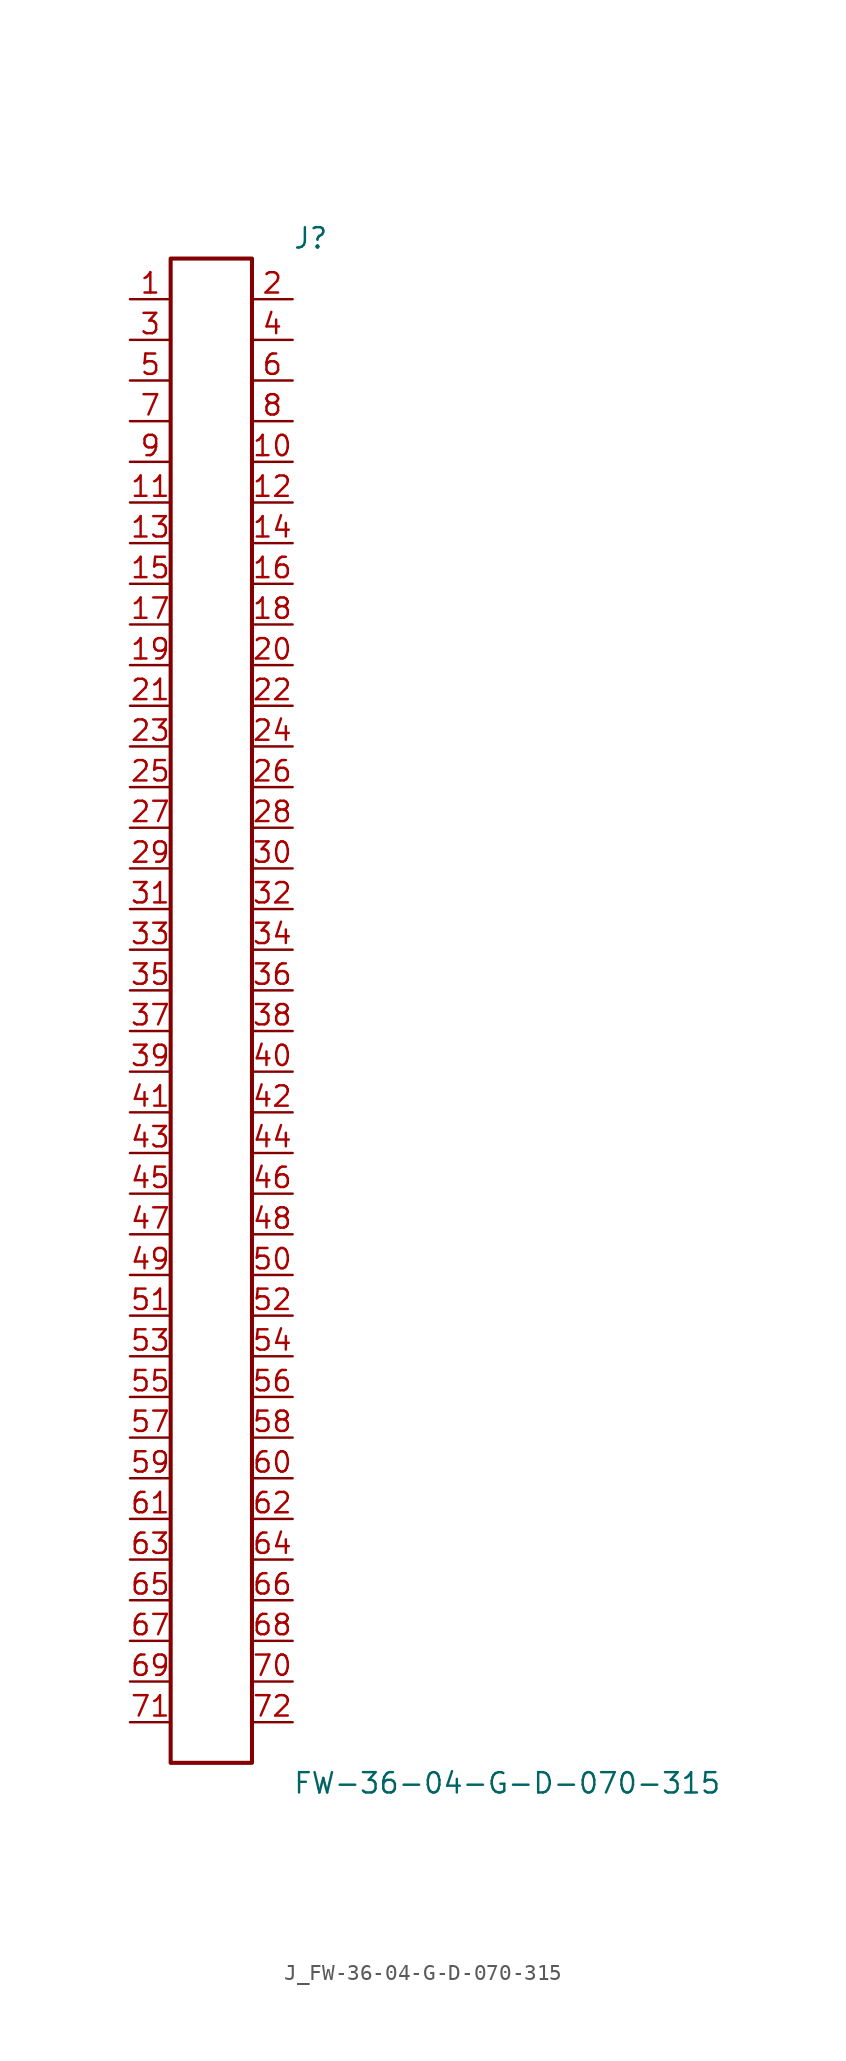
<source format=kicad_sym>
(kicad_symbol_lib
  (version 20231120)
  (generator kicad_symbol_editor)
  (generator_version 8.0)
  (symbol "J_FW-36-04-G-D-070-315"
    (pin_names
      (offset 0.254))
    (property "Reference" "J"
      (at 5.08 48.26 0)
      (effects (font (size 1.27 1.27)) (justify left)))
    (property "Value" "FW-36-04-G-D-070-315"
      (at 5.08 -48.26 0)
      (effects (font (size 1.27 1.27)) (justify left)))
    (symbol "J_FW-36-04-G-D-070-315_0_0"
      (pin passive line (at -5.08 44.45 0) (length 2.54) (name "" (effects (font (size 1.27 1.27)))) (number "1" (effects (font (size 1.27 1.27)))))
      (pin passive line (at 5.08 44.45 180) (length 2.54) (name "" (effects (font (size 1.27 1.27)))) (number "2" (effects (font (size 1.27 1.27)))))
      (pin passive line (at -5.08 41.91 0) (length 2.54) (name "" (effects (font (size 1.27 1.27)))) (number "3" (effects (font (size 1.27 1.27)))))
      (pin passive line (at 5.08 41.91 180) (length 2.54) (name "" (effects (font (size 1.27 1.27)))) (number "4" (effects (font (size 1.27 1.27)))))
      (pin passive line (at -5.08 39.37 0) (length 2.54) (name "" (effects (font (size 1.27 1.27)))) (number "5" (effects (font (size 1.27 1.27)))))
      (pin passive line (at 5.08 39.37 180) (length 2.54) (name "" (effects (font (size 1.27 1.27)))) (number "6" (effects (font (size 1.27 1.27)))))
      (pin passive line (at -5.08 36.83 0) (length 2.54) (name "" (effects (font (size 1.27 1.27)))) (number "7" (effects (font (size 1.27 1.27)))))
      (pin passive line (at 5.08 36.83 180) (length 2.54) (name "" (effects (font (size 1.27 1.27)))) (number "8" (effects (font (size 1.27 1.27)))))
      (pin passive line (at -5.08 34.29 0) (length 2.54) (name "" (effects (font (size 1.27 1.27)))) (number "9" (effects (font (size 1.27 1.27)))))
      (pin passive line (at 5.08 34.29 180) (length 2.54) (name "" (effects (font (size 1.27 1.27)))) (number "10" (effects (font (size 1.27 1.27)))))
      (pin passive line (at -5.08 31.75 0) (length 2.54) (name "" (effects (font (size 1.27 1.27)))) (number "11" (effects (font (size 1.27 1.27)))))
      (pin passive line (at 5.08 31.75 180) (length 2.54) (name "" (effects (font (size 1.27 1.27)))) (number "12" (effects (font (size 1.27 1.27)))))
      (pin passive line (at -5.08 29.21 0) (length 2.54) (name "" (effects (font (size 1.27 1.27)))) (number "13" (effects (font (size 1.27 1.27)))))
      (pin passive line (at 5.08 29.21 180) (length 2.54) (name "" (effects (font (size 1.27 1.27)))) (number "14" (effects (font (size 1.27 1.27)))))
      (pin passive line (at -5.08 26.67 0) (length 2.54) (name "" (effects (font (size 1.27 1.27)))) (number "15" (effects (font (size 1.27 1.27)))))
      (pin passive line (at 5.08 26.67 180) (length 2.54) (name "" (effects (font (size 1.27 1.27)))) (number "16" (effects (font (size 1.27 1.27)))))
      (pin passive line (at -5.08 24.13 0) (length 2.54) (name "" (effects (font (size 1.27 1.27)))) (number "17" (effects (font (size 1.27 1.27)))))
      (pin passive line (at 5.08 24.13 180) (length 2.54) (name "" (effects (font (size 1.27 1.27)))) (number "18" (effects (font (size 1.27 1.27)))))
      (pin passive line (at -5.08 21.59 0) (length 2.54) (name "" (effects (font (size 1.27 1.27)))) (number "19" (effects (font (size 1.27 1.27)))))
      (pin passive line (at 5.08 21.59 180) (length 2.54) (name "" (effects (font (size 1.27 1.27)))) (number "20" (effects (font (size 1.27 1.27)))))
      (pin passive line (at -5.08 19.05 0) (length 2.54) (name "" (effects (font (size 1.27 1.27)))) (number "21" (effects (font (size 1.27 1.27)))))
      (pin passive line (at 5.08 19.05 180) (length 2.54) (name "" (effects (font (size 1.27 1.27)))) (number "22" (effects (font (size 1.27 1.27)))))
      (pin passive line (at -5.08 16.51 0) (length 2.54) (name "" (effects (font (size 1.27 1.27)))) (number "23" (effects (font (size 1.27 1.27)))))
      (pin passive line (at 5.08 16.51 180) (length 2.54) (name "" (effects (font (size 1.27 1.27)))) (number "24" (effects (font (size 1.27 1.27)))))
      (pin passive line (at -5.08 13.97 0) (length 2.54) (name "" (effects (font (size 1.27 1.27)))) (number "25" (effects (font (size 1.27 1.27)))))
      (pin passive line (at 5.08 13.97 180) (length 2.54) (name "" (effects (font (size 1.27 1.27)))) (number "26" (effects (font (size 1.27 1.27)))))
      (pin passive line (at -5.08 11.43 0) (length 2.54) (name "" (effects (font (size 1.27 1.27)))) (number "27" (effects (font (size 1.27 1.27)))))
      (pin passive line (at 5.08 11.43 180) (length 2.54) (name "" (effects (font (size 1.27 1.27)))) (number "28" (effects (font (size 1.27 1.27)))))
      (pin passive line (at -5.08 8.89 0) (length 2.54) (name "" (effects (font (size 1.27 1.27)))) (number "29" (effects (font (size 1.27 1.27)))))
      (pin passive line (at 5.08 8.89 180) (length 2.54) (name "" (effects (font (size 1.27 1.27)))) (number "30" (effects (font (size 1.27 1.27)))))
      (pin passive line (at -5.08 6.35 0) (length 2.54) (name "" (effects (font (size 1.27 1.27)))) (number "31" (effects (font (size 1.27 1.27)))))
      (pin passive line (at 5.08 6.35 180) (length 2.54) (name "" (effects (font (size 1.27 1.27)))) (number "32" (effects (font (size 1.27 1.27)))))
      (pin passive line (at -5.08 3.81 0) (length 2.54) (name "" (effects (font (size 1.27 1.27)))) (number "33" (effects (font (size 1.27 1.27)))))
      (pin passive line (at 5.08 3.81 180) (length 2.54) (name "" (effects (font (size 1.27 1.27)))) (number "34" (effects (font (size 1.27 1.27)))))
      (pin passive line (at -5.08 1.27 0) (length 2.54) (name "" (effects (font (size 1.27 1.27)))) (number "35" (effects (font (size 1.27 1.27)))))
      (pin passive line (at 5.08 1.27 180) (length 2.54) (name "" (effects (font (size 1.27 1.27)))) (number "36" (effects (font (size 1.27 1.27)))))
      (pin passive line (at -5.08 -1.27 0) (length 2.54) (name "" (effects (font (size 1.27 1.27)))) (number "37" (effects (font (size 1.27 1.27)))))
      (pin passive line (at 5.08 -1.27 180) (length 2.54) (name "" (effects (font (size 1.27 1.27)))) (number "38" (effects (font (size 1.27 1.27)))))
      (pin passive line (at -5.08 -3.81 0) (length 2.54) (name "" (effects (font (size 1.27 1.27)))) (number "39" (effects (font (size 1.27 1.27)))))
      (pin passive line (at 5.08 -3.81 180) (length 2.54) (name "" (effects (font (size 1.27 1.27)))) (number "40" (effects (font (size 1.27 1.27)))))
      (pin passive line (at -5.08 -6.35 0) (length 2.54) (name "" (effects (font (size 1.27 1.27)))) (number "41" (effects (font (size 1.27 1.27)))))
      (pin passive line (at 5.08 -6.35 180) (length 2.54) (name "" (effects (font (size 1.27 1.27)))) (number "42" (effects (font (size 1.27 1.27)))))
      (pin passive line (at -5.08 -8.89 0) (length 2.54) (name "" (effects (font (size 1.27 1.27)))) (number "43" (effects (font (size 1.27 1.27)))))
      (pin passive line (at 5.08 -8.89 180) (length 2.54) (name "" (effects (font (size 1.27 1.27)))) (number "44" (effects (font (size 1.27 1.27)))))
      (pin passive line (at -5.08 -11.43 0) (length 2.54) (name "" (effects (font (size 1.27 1.27)))) (number "45" (effects (font (size 1.27 1.27)))))
      (pin passive line (at 5.08 -11.43 180) (length 2.54) (name "" (effects (font (size 1.27 1.27)))) (number "46" (effects (font (size 1.27 1.27)))))
      (pin passive line (at -5.08 -13.97 0) (length 2.54) (name "" (effects (font (size 1.27 1.27)))) (number "47" (effects (font (size 1.27 1.27)))))
      (pin passive line (at 5.08 -13.97 180) (length 2.54) (name "" (effects (font (size 1.27 1.27)))) (number "48" (effects (font (size 1.27 1.27)))))
      (pin passive line (at -5.08 -16.51 0) (length 2.54) (name "" (effects (font (size 1.27 1.27)))) (number "49" (effects (font (size 1.27 1.27)))))
      (pin passive line (at 5.08 -16.51 180) (length 2.54) (name "" (effects (font (size 1.27 1.27)))) (number "50" (effects (font (size 1.27 1.27)))))
      (pin passive line (at -5.08 -19.05 0) (length 2.54) (name "" (effects (font (size 1.27 1.27)))) (number "51" (effects (font (size 1.27 1.27)))))
      (pin passive line (at 5.08 -19.05 180) (length 2.54) (name "" (effects (font (size 1.27 1.27)))) (number "52" (effects (font (size 1.27 1.27)))))
      (pin passive line (at -5.08 -21.59 0) (length 2.54) (name "" (effects (font (size 1.27 1.27)))) (number "53" (effects (font (size 1.27 1.27)))))
      (pin passive line (at 5.08 -21.59 180) (length 2.54) (name "" (effects (font (size 1.27 1.27)))) (number "54" (effects (font (size 1.27 1.27)))))
      (pin passive line (at -5.08 -24.13 0) (length 2.54) (name "" (effects (font (size 1.27 1.27)))) (number "55" (effects (font (size 1.27 1.27)))))
      (pin passive line (at 5.08 -24.13 180) (length 2.54) (name "" (effects (font (size 1.27 1.27)))) (number "56" (effects (font (size 1.27 1.27)))))
      (pin passive line (at -5.08 -26.67 0) (length 2.54) (name "" (effects (font (size 1.27 1.27)))) (number "57" (effects (font (size 1.27 1.27)))))
      (pin passive line (at 5.08 -26.67 180) (length 2.54) (name "" (effects (font (size 1.27 1.27)))) (number "58" (effects (font (size 1.27 1.27)))))
      (pin passive line (at -5.08 -29.21 0) (length 2.54) (name "" (effects (font (size 1.27 1.27)))) (number "59" (effects (font (size 1.27 1.27)))))
      (pin passive line (at 5.08 -29.21 180) (length 2.54) (name "" (effects (font (size 1.27 1.27)))) (number "60" (effects (font (size 1.27 1.27)))))
      (pin passive line (at -5.08 -31.75 0) (length 2.54) (name "" (effects (font (size 1.27 1.27)))) (number "61" (effects (font (size 1.27 1.27)))))
      (pin passive line (at 5.08 -31.75 180) (length 2.54) (name "" (effects (font (size 1.27 1.27)))) (number "62" (effects (font (size 1.27 1.27)))))
      (pin passive line (at -5.08 -34.29 0) (length 2.54) (name "" (effects (font (size 1.27 1.27)))) (number "63" (effects (font (size 1.27 1.27)))))
      (pin passive line (at 5.08 -34.29 180) (length 2.54) (name "" (effects (font (size 1.27 1.27)))) (number "64" (effects (font (size 1.27 1.27)))))
      (pin passive line (at -5.08 -36.83 0) (length 2.54) (name "" (effects (font (size 1.27 1.27)))) (number "65" (effects (font (size 1.27 1.27)))))
      (pin passive line (at 5.08 -36.83 180) (length 2.54) (name "" (effects (font (size 1.27 1.27)))) (number "66" (effects (font (size 1.27 1.27)))))
      (pin passive line (at -5.08 -39.37 0) (length 2.54) (name "" (effects (font (size 1.27 1.27)))) (number "67" (effects (font (size 1.27 1.27)))))
      (pin passive line (at 5.08 -39.37 180) (length 2.54) (name "" (effects (font (size 1.27 1.27)))) (number "68" (effects (font (size 1.27 1.27)))))
      (pin passive line (at -5.08 -41.91 0) (length 2.54) (name "" (effects (font (size 1.27 1.27)))) (number "69" (effects (font (size 1.27 1.27)))))
      (pin passive line (at 5.08 -41.91 180) (length 2.54) (name "" (effects (font (size 1.27 1.27)))) (number "70" (effects (font (size 1.27 1.27)))))
      (pin passive line (at -5.08 -44.45 0) (length 2.54) (name "" (effects (font (size 1.27 1.27)))) (number "71" (effects (font (size 1.27 1.27)))))
      (pin passive line (at 5.08 -44.45 180) (length 2.54) (name "" (effects (font (size 1.27 1.27)))) (number "72" (effects (font (size 1.27 1.27))))))
    (symbol "J_FW-36-04-G-D-070-315_1_0"
      (rectangle (start -2.54 46.99) (end 2.54 -46.99) (stroke (width 0.254) (type solid)) (fill (type none))))))
</source>
